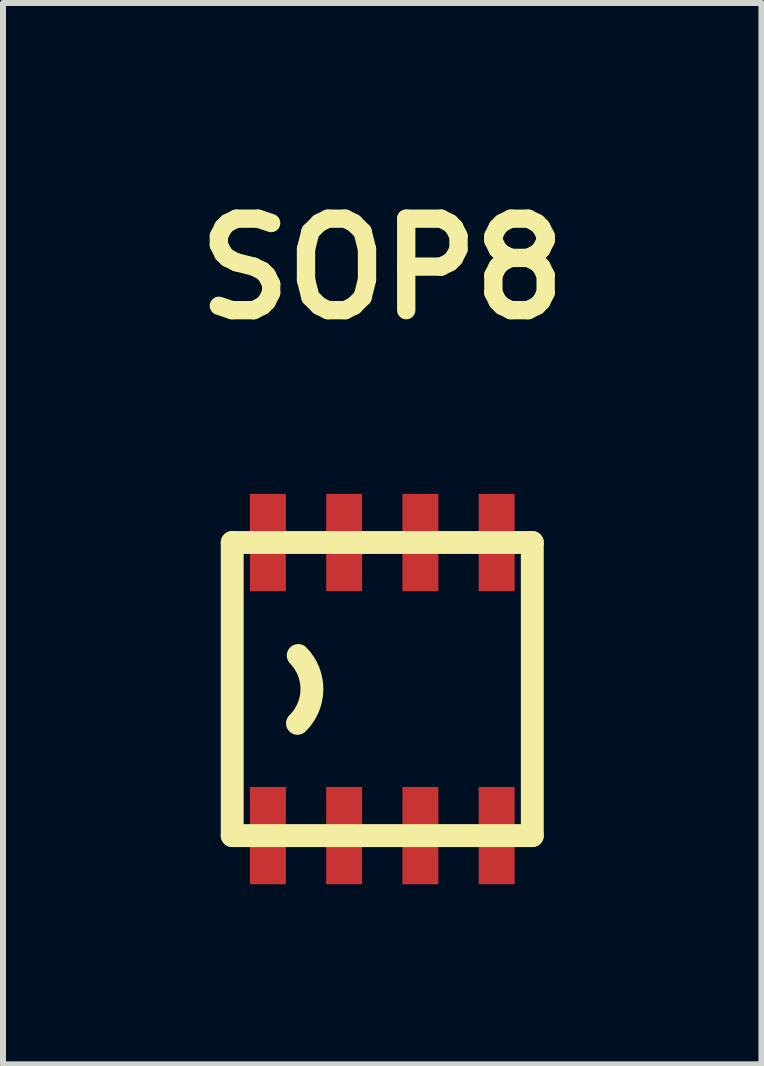
<source format=kicad_pcb>
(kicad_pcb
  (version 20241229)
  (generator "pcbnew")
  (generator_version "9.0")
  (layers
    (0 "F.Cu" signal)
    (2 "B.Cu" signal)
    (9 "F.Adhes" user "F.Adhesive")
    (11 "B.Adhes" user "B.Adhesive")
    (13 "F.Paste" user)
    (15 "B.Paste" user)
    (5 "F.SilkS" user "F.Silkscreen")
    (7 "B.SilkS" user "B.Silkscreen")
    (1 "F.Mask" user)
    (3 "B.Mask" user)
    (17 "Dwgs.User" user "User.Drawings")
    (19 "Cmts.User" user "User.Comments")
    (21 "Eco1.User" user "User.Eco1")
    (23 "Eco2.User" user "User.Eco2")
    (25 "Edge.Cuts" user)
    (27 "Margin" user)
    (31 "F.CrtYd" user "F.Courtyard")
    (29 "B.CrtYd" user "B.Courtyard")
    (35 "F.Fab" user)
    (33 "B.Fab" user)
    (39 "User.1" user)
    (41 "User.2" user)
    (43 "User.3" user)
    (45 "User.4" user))
  (footprint "SOP8"
    (layer "F.Cu")
    (at 3.317 8.427)
    (property "Reference" "SOP8" (at 0 -7 0) (layer "F.SilkS") (effects (font (size 1.524 1.524) (thickness 0.305))))
    (attr through_hole)
    (fp_line (start -2.499 -2.441) (end -2.499 2.441) (stroke (width 0.381) (type solid)) (layer "F.SilkS"))
    (fp_line (start -2.499 2.441) (end 2.499 2.441) (stroke (width 0.381) (type solid)) (layer "F.SilkS"))
    (fp_line (start 2.499 -2.441) (end -2.499 -2.441) (stroke (width 0.381) (type solid)) (layer "F.SilkS"))
    (fp_line (start 2.499 2.441) (end 2.499 -2.441) (stroke (width 0.381) (type solid)) (layer "F.SilkS"))
    (fp_arc (start -1.39954 -0.5588) (mid -1.171797 0.00898) (end -1.41224 0.5715) (stroke (width 0.381) (type solid)) (layer "F.SilkS"))
    (pad "1" smd rect (at -1.905 2.441) (size 0.599 1.621) (layers "F.Cu" "F.Mask" "F.Paste"))
    (pad "2" smd rect (at -0.635 2.441) (size 0.599 1.621) (layers "F.Cu" "F.Mask" "F.Paste"))
    (pad "3" smd rect (at 0.635 2.441) (size 0.599 1.621) (layers "F.Cu" "F.Mask" "F.Paste"))
    (pad "4" smd rect (at 1.905 2.441) (size 0.599 1.621) (layers "F.Cu" "F.Mask" "F.Paste"))
    (pad "5" smd rect (at 1.905 -2.441) (size 0.599 1.621) (layers "F.Cu" "F.Mask" "F.Paste"))
    (pad "6" smd rect (at 0.635 -2.441) (size 0.599 1.621) (layers "F.Cu" "F.Mask" "F.Paste"))
    (pad "7" smd rect (at -0.635 -2.441) (size 0.599 1.621) (layers "F.Cu" "F.Mask" "F.Paste"))
    (pad "8" smd rect (at -1.905 -2.441) (size 0.599 1.621) (layers "F.Cu" "F.Mask" "F.Paste")))
  (gr_rect
    (start -3 -3)
    (end 9.633 14.678)
    (stroke (width 0.1) (type default))
    (fill no)
    (layer "Edge.Cuts")))
</source>
